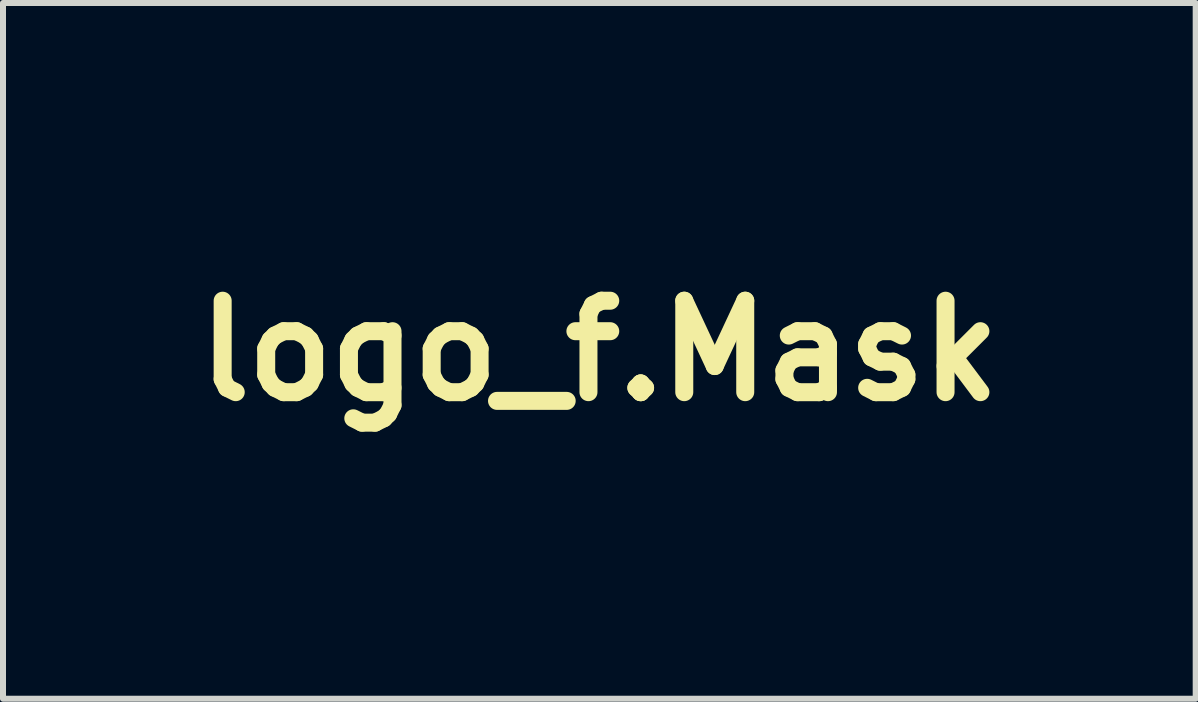
<source format=kicad_pcb>
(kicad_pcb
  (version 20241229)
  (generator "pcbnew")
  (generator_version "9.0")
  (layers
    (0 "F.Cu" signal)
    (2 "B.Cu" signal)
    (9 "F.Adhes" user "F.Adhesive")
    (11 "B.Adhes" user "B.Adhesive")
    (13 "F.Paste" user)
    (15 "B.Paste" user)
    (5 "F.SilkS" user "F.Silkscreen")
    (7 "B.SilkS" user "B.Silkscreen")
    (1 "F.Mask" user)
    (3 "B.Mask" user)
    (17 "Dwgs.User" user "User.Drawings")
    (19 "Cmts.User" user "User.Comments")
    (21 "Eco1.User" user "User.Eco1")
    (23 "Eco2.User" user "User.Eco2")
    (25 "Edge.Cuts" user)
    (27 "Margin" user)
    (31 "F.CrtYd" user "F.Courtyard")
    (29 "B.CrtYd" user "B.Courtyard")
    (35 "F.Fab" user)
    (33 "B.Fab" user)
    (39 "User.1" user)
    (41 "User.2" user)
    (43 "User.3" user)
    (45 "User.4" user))
  (footprint "logo_f.Mask"
    (layer "F.Cu")
    (at 6.938 2.796)
    (property "Reference" "logo_f.Mask" (at 0 0 0) (layer "F.SilkS") (effects (font (size 1.524 1.524) (thickness 0.3))))
    (attr through_hole)
    (fp_poly (pts (xy -1.029 -2.79) (xy -1.001 -2.779) (xy -0.976 -2.76) (xy -0.96 -2.736) (xy -0.954 -2.711) (xy -0.956 -2.703) (xy -0.956 -2.696) (xy -0.952 -2.688) (xy -0.944 -2.677) (xy -0.929 -2.661) (xy -0.907 -2.639) (xy -0.876 -2.611) (xy -0.836 -2.575) (xy -0.8 -2.543) (xy -0.76 -2.508) (xy -0.709 -2.463) (xy -0.648 -2.41) (xy -0.58 -2.35) (xy -0.504 -2.284) (xy -0.423 -2.213) (xy -0.337 -2.138) (xy -0.247 -2.06) (xy -0.156 -1.98) (xy -0.064 -1.9) (xy 0.028 -1.82) (xy 0.119 -1.741) (xy 0.146 -1.717) (xy 0.265 -1.614) (xy 0.3 -1.629) (xy 0.32 -1.636) (xy 0.352 -1.644) (xy 0.393 -1.653) (xy 0.437 -1.661) (xy 0.455 -1.664) (xy 0.527 -1.677) (xy 0.592 -1.693) (xy 0.654 -1.711) (xy 0.718 -1.734) (xy 0.788 -1.764) (xy 0.827 -1.782) (xy 0.876 -1.805) (xy 0.923 -1.829) (xy 0.969 -1.856) (xy 1.016 -1.886) (xy 1.065 -1.919) (xy 1.118 -1.958) (xy 1.175 -2.003) (xy 1.239 -2.055) (xy 1.31 -2.115) (xy 1.39 -2.184) (xy 1.468 -2.253) (xy 1.538 -2.314) (xy 1.597 -2.366) (xy 1.647 -2.409) (xy 1.69 -2.445) (xy 1.725 -2.474) (xy 1.756 -2.497) (xy 1.782 -2.515) (xy 1.806 -2.53) (xy 1.829 -2.542) (xy 1.853 -2.552) (xy 1.877 -2.561) (xy 1.905 -2.57) (xy 1.913 -2.573) (xy 1.984 -2.591) (xy 2.047 -2.598) (xy 2.102 -2.593) (xy 2.133 -2.584) (xy 2.167 -2.563) (xy 2.202 -2.531) (xy 2.237 -2.489) (xy 2.268 -2.442) (xy 2.294 -2.392) (xy 2.312 -2.344) (xy 2.317 -2.32) (xy 2.321 -2.277) (xy 2.318 -2.237) (xy 2.312 -2.206) (xy 2.301 -2.162) (xy 2.286 -2.106) (xy 2.268 -2.041) (xy 2.247 -1.969) (xy 2.223 -1.89) (xy 2.198 -1.807) (xy 2.172 -1.721) (xy 2.145 -1.636) (xy 2.118 -1.551) (xy 2.091 -1.469) (xy 2.066 -1.393) (xy 2.042 -1.323) (xy 2.021 -1.261) (xy 2.002 -1.21) (xy 1.986 -1.17) (xy 1.985 -1.166) (xy 1.974 -1.139) (xy 1.967 -1.116) (xy 1.966 -1.104) (xy 1.966 -1.103) (xy 1.975 -1.096) (xy 1.995 -1.084) (xy 2.023 -1.068) (xy 2.051 -1.052) (xy 2.096 -1.026) (xy 2.136 -1.002) (xy 2.172 -0.976) (xy 2.208 -0.949) (xy 2.245 -0.917) (xy 2.287 -0.88) (xy 2.334 -0.834) (xy 2.39 -0.779) (xy 2.454 -0.713) (xy 2.508 -0.656) (xy 2.553 -0.605) (xy 2.59 -0.557) (xy 2.621 -0.512) (xy 2.647 -0.466) (xy 2.67 -0.418) (xy 2.69 -0.365) (xy 2.71 -0.305) (xy 2.718 -0.278) (xy 2.735 -0.223) (xy 2.752 -0.17) (xy 2.77 -0.115) (xy 2.79 -0.055) (xy 2.814 0.012) (xy 2.841 0.088) (xy 2.872 0.176) (xy 2.878 0.191) (xy 2.901 0.257) (xy 2.918 0.312) (xy 2.929 0.357) (xy 2.932 0.396) (xy 2.928 0.43) (xy 2.917 0.462) (xy 2.898 0.496) (xy 2.871 0.532) (xy 2.844 0.565) (xy 2.801 0.614) (xy 2.759 0.657) (xy 2.712 0.697) (xy 2.658 0.737) (xy 2.622 0.762) (xy 2.571 0.798) (xy 2.53 0.827) (xy 2.498 0.852) (xy 2.472 0.875) (xy 2.45 0.898) (xy 2.433 0.918) (xy 2.416 0.94) (xy 2.404 0.961) (xy 2.394 0.985) (xy 2.385 1.018) (xy 2.378 1.046) (xy 2.371 1.073) (xy 2.366 1.1) (xy 2.362 1.128) (xy 2.359 1.159) (xy 2.356 1.197) (xy 2.353 1.244) (xy 2.351 1.302) (xy 2.349 1.349) (xy 2.345 1.458) (xy 2.341 1.552) (xy 2.337 1.635) (xy 2.331 1.709) (xy 2.324 1.775) (xy 2.316 1.837) (xy 2.305 1.896) (xy 2.292 1.955) (xy 2.277 2.015) (xy 2.257 2.079) (xy 2.235 2.149) (xy 2.208 2.228) (xy 2.177 2.317) (xy 2.175 2.323) (xy 2.15 2.395) (xy 2.13 2.456) (xy 2.115 2.508) (xy 2.104 2.553) (xy 2.095 2.596) (xy 2.095 2.6) (xy 2.084 2.657) (xy 2.072 2.7) (xy 2.06 2.732) (xy 2.045 2.755) (xy 2.026 2.771) (xy 2.018 2.775) (xy 2.009 2.779) (xy 1.999 2.782) (xy 1.985 2.785) (xy 1.965 2.787) (xy 1.94 2.788) (xy 1.906 2.79) (xy 1.861 2.79) (xy 1.806 2.791) (xy 1.737 2.792) (xy 1.685 2.792) (xy 1.617 2.793) (xy 1.555 2.793) (xy 1.499 2.793) (xy 1.452 2.792) (xy 1.416 2.792) (xy 1.392 2.791) (xy 1.381 2.79) (xy 1.381 2.79) (xy 1.389 2.771) (xy 1.412 2.754) (xy 1.45 2.738) (xy 1.51 2.718) (xy 1.572 2.695) (xy 1.634 2.67) (xy 1.695 2.644) (xy 1.752 2.618) (xy 1.804 2.594) (xy 1.849 2.571) (xy 1.884 2.55) (xy 1.909 2.533) (xy 1.921 2.521) (xy 1.921 2.52) (xy 1.925 2.505) (xy 1.93 2.477) (xy 1.938 2.437) (xy 1.946 2.388) (xy 1.956 2.331) (xy 1.966 2.269) (xy 1.977 2.203) (xy 1.987 2.136) (xy 1.997 2.07) (xy 2.006 2.007) (xy 2.014 1.949) (xy 2.015 1.941) (xy 2.023 1.881) (xy 2.029 1.833) (xy 2.033 1.795) (xy 2.035 1.764) (xy 2.035 1.735) (xy 2.034 1.708) (xy 2.032 1.683) (xy 2.03 1.654) (xy 2.028 1.612) (xy 2.026 1.56) (xy 2.024 1.5) (xy 2.022 1.434) (xy 2.02 1.366) (xy 2.019 1.332) (xy 2.018 1.259) (xy 2.016 1.201) (xy 2.015 1.156) (xy 2.013 1.122) (xy 2.012 1.097) (xy 2.01 1.08) (xy 2.007 1.069) (xy 2.004 1.063) (xy 2.001 1.06) (xy 1.998 1.059) (xy 1.978 1.057) (xy 1.957 1.064) (xy 1.934 1.083) (xy 1.907 1.113) (xy 1.867 1.163) (xy 1.882 1.207) (xy 1.892 1.243) (xy 1.896 1.273) (xy 1.892 1.303) (xy 1.881 1.341) (xy 1.881 1.343) (xy 1.872 1.37) (xy 1.868 1.389) (xy 1.87 1.406) (xy 1.876 1.428) (xy 1.878 1.436) (xy 1.886 1.469) (xy 1.892 1.508) (xy 1.893 1.533) (xy 1.891 1.567) (xy 1.885 1.594) (xy 1.873 1.624) (xy 1.868 1.633) (xy 1.843 1.681) (xy 1.859 1.728) (xy 1.871 1.786) (xy 1.867 1.846) (xy 1.847 1.907) (xy 1.846 1.909) (xy 1.835 1.934) (xy 1.831 1.951) (xy 1.832 1.965) (xy 1.838 1.981) (xy 1.839 1.983) (xy 1.853 2.023) (xy 1.859 2.056) (xy 1.857 2.089) (xy 1.852 2.11) (xy 1.846 2.138) (xy 1.845 2.165) (xy 1.848 2.196) (xy 1.85 2.212) (xy 1.856 2.282) (xy 1.85 2.342) (xy 1.833 2.39) (xy 1.822 2.411) (xy 1.815 2.425) (xy 1.813 2.428) (xy 1.805 2.426) (xy 1.791 2.415) (xy 1.775 2.397) (xy 1.759 2.377) (xy 1.747 2.357) (xy 1.745 2.353) (xy 1.732 2.307) (xy 1.734 2.256) (xy 1.742 2.217) (xy 1.749 2.192) (xy 1.75 2.176) (xy 1.745 2.16) (xy 1.74 2.15) (xy 1.73 2.117) (xy 1.727 2.076) (xy 1.732 2.032) (xy 1.744 1.992) (xy 1.745 1.991) (xy 1.754 1.968) (xy 1.756 1.955) (xy 1.752 1.946) (xy 1.75 1.944) (xy 1.74 1.932) (xy 1.728 1.911) (xy 1.718 1.893) (xy 1.704 1.852) (xy 1.702 1.812) (xy 1.713 1.769) (xy 1.733 1.727) (xy 1.759 1.681) (xy 1.733 1.629) (xy 1.718 1.598) (xy 1.71 1.571) (xy 1.707 1.542) (xy 1.707 1.52) (xy 1.708 1.484) (xy 1.713 1.448) (xy 1.719 1.423) (xy 1.732 1.383) (xy 1.7 1.32) (xy 1.668 1.258) (xy 1.638 1.26) (xy 1.601 1.268) (xy 1.558 1.287) (xy 1.509 1.316) (xy 1.459 1.354) (xy 1.451 1.36) (xy 1.4 1.402) (xy 1.359 1.433) (xy 1.329 1.454) (xy 1.307 1.466) (xy 1.297 1.468) (xy 1.279 1.463) (xy 1.254 1.45) (xy 1.226 1.43) (xy 1.197 1.407) (xy 1.195 1.405) (xy 1.174 1.387) (xy 1.148 1.367) (xy 1.133 1.355) (xy 1.096 1.327) (xy 1.056 1.34) (xy 1.032 1.346) (xy 1.015 1.346) (xy 1.004 1.339) (xy 0.996 1.321) (xy 0.99 1.291) (xy 0.986 1.249) (xy 0.98 1.208) (xy 0.974 1.166) (xy 0.967 1.13) (xy 0.963 1.118) (xy 0.956 1.095) (xy 0.947 1.076) (xy 0.935 1.057) (xy 0.916 1.035) (xy 0.888 1.007) (xy 0.884 1.004) (xy 0.846 0.964) (xy 0.818 0.93) (xy 0.799 0.899) (xy 0.788 0.869) (xy 0.784 0.835) (xy 0.783 0.81) (xy 0.788 0.749) (xy 0.802 0.687) (xy 0.828 0.621) (xy 0.838 0.598) (xy 0.879 0.529) (xy 0.931 0.471) (xy 0.995 0.425) (xy 1.068 0.391) (xy 1.153 0.368) (xy 1.248 0.356) (xy 1.286 0.355) (xy 1.314 0.355) (xy 1.339 0.356) (xy 1.362 0.359) (xy 1.386 0.364) (xy 1.414 0.372) (xy 1.448 0.384) (xy 1.49 0.401) (xy 1.543 0.422) (xy 1.586 0.441) (xy 1.62 0.455) (xy 1.645 0.463) (xy 1.665 0.466) (xy 1.681 0.461) (xy 1.697 0.446) (xy 1.714 0.422) (xy 1.736 0.386) (xy 1.751 0.36) (xy 1.78 0.313) (xy 1.812 0.262) (xy 1.844 0.212) (xy 1.873 0.17) (xy 1.878 0.163) (xy 1.91 0.116) (xy 1.934 0.08) (xy 1.951 0.049) (xy 1.962 0.022) (xy 1.968 -0.005) (xy 1.971 -0.035) (xy 1.972 -0.071) (xy 1.972 -0.083) (xy 1.97 -0.13) (xy 1.966 -0.179) (xy 1.959 -0.226) (xy 1.95 -0.269) (xy 1.941 -0.305) (xy 1.931 -0.33) (xy 1.923 -0.34) (xy 1.908 -0.347) (xy 1.884 -0.357) (xy 1.857 -0.366) (xy 1.839 -0.371) (xy 1.822 -0.375) (xy 1.803 -0.378) (xy 1.779 -0.379) (xy 1.749 -0.379) (xy 1.709 -0.379) (xy 1.656 -0.377) (xy 1.634 -0.376) (xy 1.558 -0.375) (xy 1.495 -0.375) (xy 1.442 -0.379) (xy 1.398 -0.387) (xy 1.359 -0.399) (xy 1.323 -0.417) (xy 1.287 -0.441) (xy 1.25 -0.472) (xy 1.224 -0.495) (xy 1.168 -0.545) (xy 1.119 -0.586) (xy 1.075 -0.617) (xy 1.032 -0.642) (xy 0.987 -0.66) (xy 0.938 -0.674) (xy 0.881 -0.685) (xy 0.813 -0.695) (xy 0.782 -0.699) (xy 0.721 -0.706) (xy 0.671 -0.713) (xy 0.626 -0.721) (xy 0.584 -0.73) (xy 0.539 -0.742) (xy 0.488 -0.757) (xy 0.427 -0.777) (xy 0.421 -0.779) (xy 0.351 -0.801) (xy 0.293 -0.818) (xy 0.244 -0.829) (xy 0.201 -0.836) (xy 0.161 -0.837) (xy 0.121 -0.834) (xy 0.078 -0.826) (xy 0.029 -0.814) (xy -0.014 -0.801) (xy -0.09 -0.779) (xy -0.155 -0.762) (xy -0.209 -0.749) (xy -0.255 -0.741) (xy -0.296 -0.736) (xy -0.313 -0.735) (xy -0.344 -0.733) (xy -0.365 -0.729) (xy -0.382 -0.722) (xy -0.398 -0.709) (xy -0.407 -0.702) (xy -0.429 -0.682) (xy -0.459 -0.653) (xy -0.495 -0.618) (xy -0.538 -0.577) (xy -0.584 -0.532) (xy -0.634 -0.483) (xy -0.685 -0.433) (xy -0.736 -0.382) (xy -0.786 -0.332) (xy -0.835 -0.284) (xy -0.879 -0.24) (xy -0.919 -0.2) (xy -0.952 -0.165) (xy -0.978 -0.139) (xy -0.995 -0.12) (xy -1.003 -0.111) (xy -1.003 -0.111) (xy -1.022 -0.087) (xy -1.048 -0.075) (xy -1.076 -0.076) (xy -1.103 -0.09) (xy -1.113 -0.101) (xy -1.142 -0.133) (xy -1.173 -0.161) (xy -1.209 -0.186) (xy -1.251 -0.209) (xy -1.302 -0.232) (xy -1.365 -0.256) (xy -1.415 -0.274) (xy -1.526 -0.313) (xy -1.623 -0.353) (xy -1.707 -0.394) (xy -1.778 -0.438) (xy -1.839 -0.487) (xy -1.89 -0.541) (xy -1.932 -0.602) (xy -1.967 -0.672) (xy -1.996 -0.752) (xy -2.019 -0.844) (xy -2.038 -0.948) (xy -2.054 -1.067) (xy -2.055 -1.079) (xy -2.059 -1.115) (xy -1.906 -1.115) (xy -1.902 -1.033) (xy -1.895 -0.967) (xy -1.883 -0.895) (xy -1.867 -0.819) (xy -1.848 -0.745) (xy -1.826 -0.677) (xy -1.803 -0.617) (xy -1.788 -0.585) (xy -1.756 -0.536) (xy -1.714 -0.486) (xy -1.666 -0.442) (xy -1.618 -0.407) (xy -1.596 -0.396) (xy -1.563 -0.381) (xy -1.521 -0.364) (xy -1.476 -0.346) (xy -1.445 -0.335) (xy -1.364 -0.306) (xy -1.296 -0.28) (xy -1.24 -0.258) (xy -1.198 -0.241) (xy -1.17 -0.227) (xy -1.169 -0.227) (xy -1.152 -0.218) (xy -1.141 -0.215) (xy -1.14 -0.222) (xy -1.138 -0.244) (xy -1.137 -0.278) (xy -1.136 -0.323) (xy -1.136 -0.377) (xy -1.135 -0.439) (xy -1.135 -0.506) (xy -1.135 -0.524) (xy -1.135 -0.524) (xy -1.103 -0.524) (xy -1.103 -0.214) (xy -1.073 -0.214) (xy -1.046 -0.21) (xy -1.024 -0.2) (xy -1.01 -0.186) (xy -1.008 -0.178) (xy -1.003 -0.168) (xy -0.999 -0.167) (xy -0.992 -0.172) (xy -0.975 -0.188) (xy -0.948 -0.212) (xy -0.914 -0.245) (xy -0.873 -0.285) (xy -0.826 -0.331) (xy -0.775 -0.381) (xy -0.72 -0.436) (xy -0.705 -0.45) (xy -0.42 -0.734) (xy -0.549 -0.743) (xy -0.602 -0.748) (xy -0.649 -0.752) (xy -0.695 -0.758) (xy -0.743 -0.765) (xy -0.794 -0.773) (xy -0.854 -0.785) (xy -0.925 -0.799) (xy -0.959 -0.806) (xy -1.003 -0.815) (xy -1.042 -0.823) (xy -1.072 -0.829) (xy -1.091 -0.832) (xy -1.097 -0.833) (xy -1.099 -0.826) (xy -1.1 -0.804) (xy -1.101 -0.77) (xy -1.102 -0.725) (xy -1.103 -0.67) (xy -1.103 -0.609) (xy -1.103 -0.542) (xy -1.103 -0.524) (xy -1.135 -0.524) (xy -1.135 -0.833) (xy -1.153 -0.837) (xy -1.222 -0.852) (xy -1.277 -0.864) (xy -1.321 -0.873) (xy -1.357 -0.878) (xy -1.386 -0.881) (xy -1.41 -0.88) (xy -1.431 -0.877) (xy -1.453 -0.871) (xy -1.476 -0.863) (xy -1.498 -0.854) (xy -1.555 -0.833) (xy -1.6 -0.819) (xy -1.635 -0.812) (xy -1.664 -0.812) (xy -1.671 -0.813) (xy -1.685 -0.817) (xy -1.698 -0.826) (xy -1.713 -0.84) (xy -1.731 -0.862) (xy -1.752 -0.894) (xy -1.779 -0.936) (xy -1.8 -0.97) (xy -1.823 -1.005) (xy -1.846 -1.039) (xy -1.866 -1.068) (xy -1.878 -1.083) (xy -1.906 -1.115) (xy -2.059 -1.115) (xy -2.063 -1.147) (xy -2.072 -1.202) (xy -2.08 -1.244) (xy -2.09 -1.277) (xy -2.101 -1.303) (xy -2.114 -1.324) (xy -2.123 -1.333) (xy -2.15 -1.366) (xy -2.164 -1.393) (xy -2.165 -1.416) (xy -2.153 -1.438) (xy -2.143 -1.449) (xy -2.128 -1.464) (xy -2.12 -1.476) (xy -2.119 -1.478) (xy -2.127 -1.48) (xy -2.148 -1.481) (xy -2.182 -1.482) (xy -2.225 -1.483) (xy -2.275 -1.484) (xy -2.3 -1.484) (xy -1.933 -1.484) (xy -1.893 -1.461) (xy -1.869 -1.445) (xy -1.837 -1.423) (xy -1.805 -1.398) (xy -1.794 -1.389) (xy -1.756 -1.358) (xy -1.726 -1.335) (xy -1.703 -1.318) (xy -1.682 -1.304) (xy -1.661 -1.291) (xy -1.636 -1.278) (xy -1.614 -1.267) (xy -1.578 -1.25) (xy -1.542 -1.236) (xy -1.502 -1.223) (xy -1.453 -1.21) (xy -1.42 -1.203) (xy -1.368 -1.191) (xy -1.329 -1.183) (xy -1.299 -1.177) (xy -1.276 -1.173) (xy -1.257 -1.17) (xy -1.238 -1.169) (xy -1.218 -1.168) (xy -1.197 -1.168) (xy -1.135 -1.167) (xy -1.135 -1.494) (xy -1.103 -1.494) (xy -1.103 -1.372) (xy -1.103 -1.326) (xy -1.102 -1.281) (xy -1.101 -1.243) (xy -1.099 -1.215) (xy -1.098 -1.208) (xy -1.093 -1.165) (xy -0.719 -1.169) (xy -0.631 -1.17) (xy -0.556 -1.171) (xy -0.494 -1.172) (xy -0.442 -1.173) (xy -0.398 -1.175) (xy -0.361 -1.176) (xy -0.328 -1.179) (xy -0.298 -1.182) (xy -0.268 -1.185) (xy -0.238 -1.189) (xy -0.206 -1.194) (xy -0.158 -1.2) (xy -0.111 -1.206) (xy -0.071 -1.211) (xy -0.04 -1.214) (xy -0.025 -1.214) (xy 0.017 -1.214) (xy 0.033 -1.23) (xy 0.083 -1.23) (xy 0.086 -1.223) (xy 0.102 -1.223) (xy 0.13 -1.229) (xy 0.167 -1.239) (xy 0.205 -1.247) (xy 0.256 -1.254) (xy 0.316 -1.26) (xy 0.357 -1.263) (xy 0.426 -1.268) (xy 0.49 -1.276) (xy 0.546 -1.286) (xy 0.595 -1.296) (xy 0.634 -1.308) (xy 0.663 -1.32) (xy 0.68 -1.332) (xy 0.685 -1.344) (xy 0.676 -1.356) (xy 0.674 -1.357) (xy 0.913 -1.357) (xy 0.92 -1.356) (xy 0.941 -1.355) (xy 0.971 -1.355) (xy 1.008 -1.356) (xy 1.014 -1.356) (xy 1.057 -1.356) (xy 1.099 -1.355) (xy 1.135 -1.353) (xy 1.159 -1.351) (xy 1.19 -1.345) (xy 1.211 -1.344) (xy 1.227 -1.347) (xy 1.239 -1.358) (xy 1.251 -1.378) (xy 1.266 -1.41) (xy 1.273 -1.425) (xy 1.307 -1.489) (xy 1.351 -1.557) (xy 1.386 -1.605) (xy 1.423 -1.653) (xy 1.455 -1.697) (xy 1.483 -1.735) (xy 1.504 -1.765) (xy 1.518 -1.786) (xy 1.524 -1.796) (xy 1.524 -1.797) (xy 1.518 -1.795) (xy 1.502 -1.785) (xy 1.48 -1.771) (xy 1.476 -1.769) (xy 1.455 -1.756) (xy 1.422 -1.738) (xy 1.381 -1.717) (xy 1.333 -1.693) (xy 1.283 -1.669) (xy 1.264 -1.66) (xy 1.213 -1.635) (xy 1.162 -1.61) (xy 1.115 -1.587) (xy 1.076 -1.566) (xy 1.047 -1.55) (xy 1.04 -1.546) (xy 0.98 -1.51) (xy 0.958 -1.448) (xy 0.946 -1.417) (xy 0.935 -1.392) (xy 0.926 -1.375) (xy 0.924 -1.373) (xy 0.915 -1.361) (xy 0.913 -1.357) (xy 0.674 -1.357) (xy 0.656 -1.365) (xy 0.632 -1.37) (xy 0.595 -1.375) (xy 0.547 -1.378) (xy 0.493 -1.381) (xy 0.434 -1.383) (xy 0.374 -1.383) (xy 0.338 -1.383) (xy 0.228 -1.38) (xy 0.148 -1.302) (xy 0.114 -1.268) (xy 0.092 -1.244) (xy 0.083 -1.23) (xy 0.033 -1.23) (xy 0.105 -1.301) (xy 0.138 -1.333) (xy 0.162 -1.357) (xy 0.176 -1.373) (xy 0.184 -1.384) (xy 0.186 -1.393) (xy 0.184 -1.4) (xy 0.18 -1.405) (xy 0.171 -1.426) (xy 0.167 -1.452) (xy 0.167 -1.454) (xy 0.167 -1.484) (xy -0.038 -1.484) (xy -0.087 -1.484) (xy -0.149 -1.485) (xy -0.223 -1.485) (xy -0.305 -1.486) (xy -0.392 -1.487) (xy -0.483 -1.487) (xy -0.575 -1.488) (xy -0.664 -1.489) (xy -0.673 -1.489) (xy -1.103 -1.494) (xy -1.135 -1.494) (xy -1.135 -1.495) (xy -1.279 -1.49) (xy -1.325 -1.488) (xy -1.383 -1.487) (xy -1.45 -1.486) (xy -1.522 -1.485) (xy -1.596 -1.484) (xy -1.667 -1.484) (xy -1.678 -1.484) (xy -1.933 -1.484) (xy -2.3 -1.484) (xy -2.332 -1.484) (xy -2.337 -1.484) (xy -2.554 -1.484) (xy -2.558 -1.455) (xy -2.558 -1.431) (xy -2.557 -1.4) (xy -2.554 -1.379) (xy -2.551 -1.353) (xy -2.551 -1.334) (xy -2.552 -1.327) (xy -2.559 -1.33) (xy -2.577 -1.34) (xy -2.603 -1.356) (xy -2.634 -1.376) (xy -2.634 -1.376) (xy -2.701 -1.417) (xy -2.771 -1.452) (xy -2.838 -1.479) (xy -2.888 -1.493) (xy -2.931 -1.503) (xy -2.843 -1.525) (xy -2.773 -1.545) (xy -2.713 -1.57) (xy -2.658 -1.602) (xy -2.607 -1.641) (xy -2.554 -1.685) (xy -2.556 -1.626) (xy -2.557 -1.594) (xy -2.557 -1.565) (xy -2.557 -1.546) (xy -2.557 -1.546) (xy -2.556 -1.524) (xy -2.098 -1.524) (xy -2.098 -1.524) (xy -1.929 -1.524) (xy -1.832 -1.522) (xy -1.801 -1.522) (xy -1.757 -1.521) (xy -1.702 -1.52) (xy -1.639 -1.52) (xy -1.57 -1.519) (xy -1.498 -1.518) (xy -1.435 -1.518) (xy -1.135 -1.515) (xy -1.135 -1.516) (xy -1.103 -1.516) (xy -0.455 -1.518) (xy 0.194 -1.52) (xy 0.216 -1.552) (xy 0.228 -1.572) (xy 0.236 -1.587) (xy 0.237 -1.591) (xy 0.231 -1.598) (xy 0.215 -1.614) (xy 0.189 -1.638) (xy 0.155 -1.669) (xy 0.114 -1.705) (xy 0.069 -1.745) (xy 0.022 -1.786) (xy -0.063 -1.859) (xy -0.152 -1.936) (xy -0.243 -2.016) (xy -0.335 -2.096) (xy -0.426 -2.175) (xy -0.515 -2.252) (xy -0.599 -2.326) (xy -0.678 -2.395) (xy -0.748 -2.456) (xy -0.809 -2.51) (xy -0.836 -2.534) (xy -0.881 -2.573) (xy -0.916 -2.603) (xy -0.941 -2.625) (xy -0.96 -2.639) (xy -0.973 -2.647) (xy -0.982 -2.651) (xy -0.989 -2.65) (xy -0.995 -2.647) (xy -0.995 -2.647) (xy -1.021 -2.637) (xy -1.052 -2.637) (xy -1.081 -2.646) (xy -1.084 -2.648) (xy -1.103 -2.661) (xy -1.103 -1.516) (xy -1.135 -1.516) (xy -1.135 -2.649) (xy -1.172 -2.615) (xy -1.208 -2.588) (xy -1.257 -2.558) (xy -1.322 -2.527) (xy -1.402 -2.493) (xy -1.472 -2.465) (xy -1.554 -2.434) (xy -1.622 -2.406) (xy -1.678 -2.382) (xy -1.723 -2.359) (xy -1.758 -2.339) (xy -1.786 -2.319) (xy -1.806 -2.299) (xy -1.821 -2.28) (xy -1.841 -2.242) (xy -1.86 -2.19) (xy -1.877 -2.129) (xy -1.89 -2.063) (xy -1.893 -2.044) (xy -1.896 -2.014) (xy -1.9 -1.972) (xy -1.905 -1.92) (xy -1.91 -1.862) (xy -1.914 -1.801) (xy -1.919 -1.74) (xy -1.923 -1.681) (xy -1.926 -1.629) (xy -1.928 -1.585) (xy -1.929 -1.554) (xy -1.929 -1.55) (xy -1.929 -1.524) (xy -2.098 -1.524) (xy -2.085 -1.589) (xy -2.078 -1.626) (xy -2.071 -1.671) (xy -2.064 -1.719) (xy -2.06 -1.747) (xy -2.047 -1.838) (xy -2.03 -1.927) (xy -2.01 -2.011) (xy -1.989 -2.088) (xy -1.967 -2.155) (xy -1.944 -2.208) (xy -1.942 -2.212) (xy -1.895 -2.288) (xy -1.835 -2.354) (xy -1.763 -2.411) (xy -1.695 -2.45) (xy -1.669 -2.463) (xy -1.631 -2.479) (xy -1.587 -2.497) (xy -1.539 -2.515) (xy -1.513 -2.525) (xy -1.466 -2.543) (xy -1.42 -2.56) (xy -1.379 -2.575) (xy -1.346 -2.587) (xy -1.332 -2.592) (xy -1.279 -2.615) (xy -1.229 -2.643) (xy -1.185 -2.672) (xy -1.151 -2.702) (xy -1.131 -2.727) (xy -1.107 -2.76) (xy -1.085 -2.78) (xy -1.062 -2.79) (xy -1.059 -2.791) (xy -1.029 -2.79)) (stroke (width 0.01) (type solid)) (fill yes) (layer "F.Mask")))
  (gr_rect
    (start -3 -3)
    (end 16.876 8.594)
    (stroke (width 0.1) (type default))
    (fill no)
    (layer "Edge.Cuts")))
</source>
